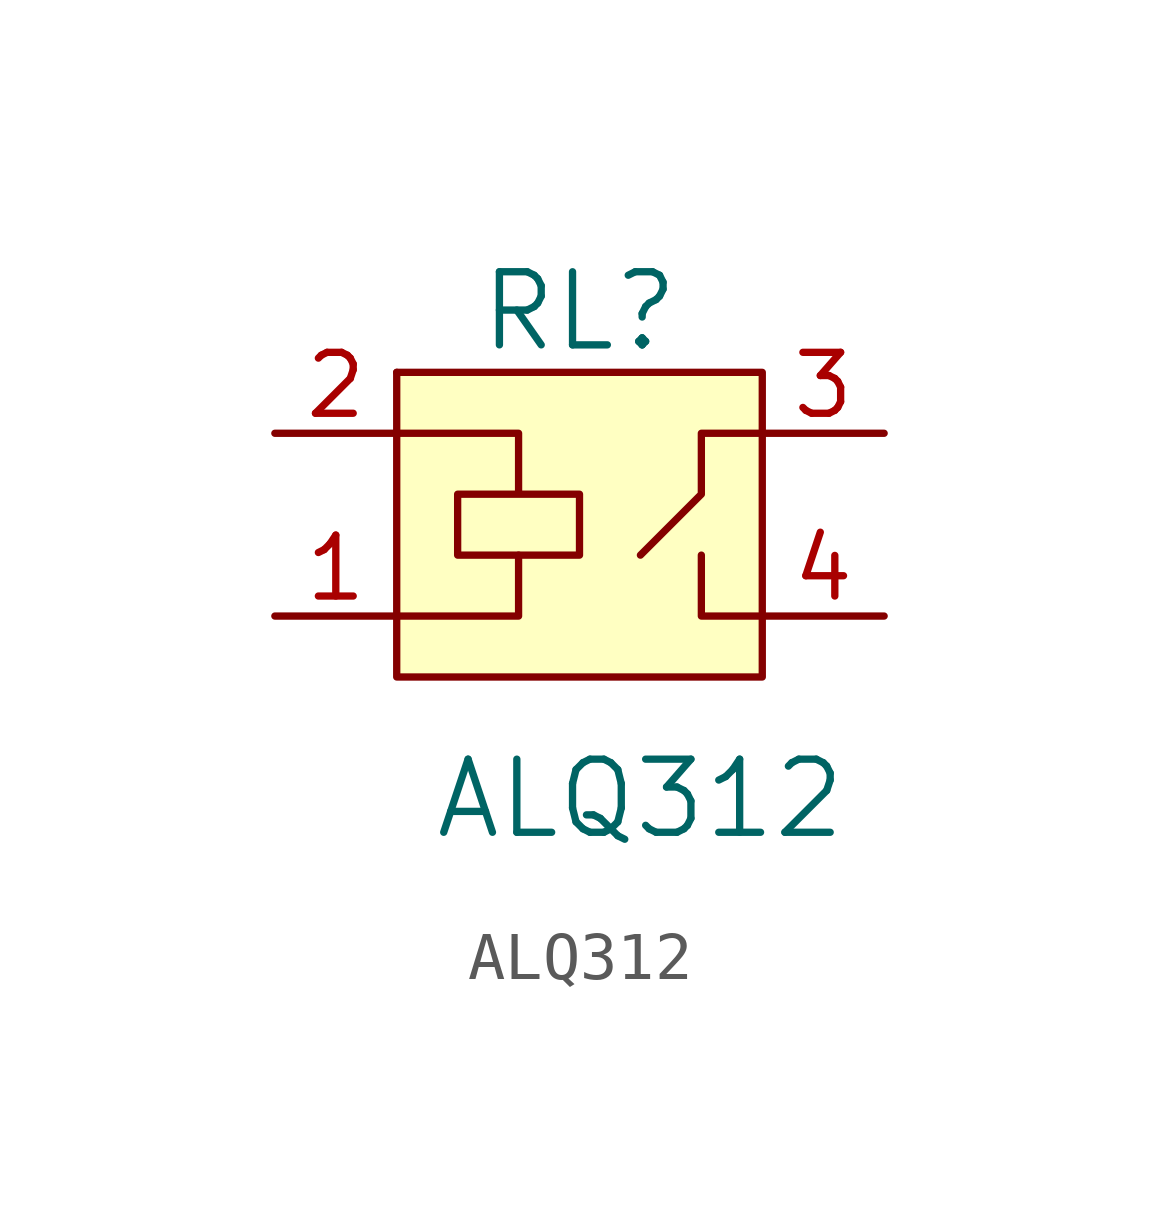
<source format=kicad_sym>
(kicad_symbol_lib
  (version 20220914)
  (generator kicad_symbol_editor)
  (symbol "ALQ312"
    (pin_names
      (offset 1.016))
    (property "Reference" "RL"
      (at 0 7.62 0)
      (effects (font (size 1.524 1.524))))
    (property "Value" "ALQ312"
      (at 1.27 -2.54 0)
      (effects (font (size 1.524 1.524))))
    (symbol "ALQ312_0_1"
      (rectangle (start -3.81 6.35) (end -3.81 6.35) (stroke (width 0) (type default)) (fill (type none)))
      (rectangle (start -3.81 6.35) (end 3.81 0) (stroke (width 0) (type default)) (fill (type background)))
      (polyline (pts (xy -1.27 2.54) (xy -1.27 1.27) (xy -3.81 1.27)) (stroke (width 0) (type default)) (fill (type none)))
      (polyline (pts (xy 2.54 2.54) (xy 2.54 1.27) (xy 3.81 1.27)) (stroke (width 0) (type default)) (fill (type none)))
      (polyline (pts (xy 3.81 5.08) (xy 2.54 5.08) (xy 2.54 3.81) (xy 1.27 2.54)) (stroke (width 0) (type default)) (fill (type none)))
      (polyline (pts (xy -3.81 5.08) (xy -1.27 5.08) (xy -1.27 3.81) (xy -2.54 3.81) (xy -2.54 2.54) (xy 0 2.54) (xy 0 3.81) (xy -1.27 3.81)) (stroke (width 0) (type default)) (fill (type none))))
    (symbol "ALQ312_1_1"
      (pin passive line (at -6.35 1.27 0) (length 2.54) (name "~" (effects (font (size 1.27 1.27)))) (number "1" (effects (font (size 1.27 1.27)))))
      (pin passive line (at -6.35 5.08 0) (length 2.54) (name "~" (effects (font (size 1.27 1.27)))) (number "2" (effects (font (size 1.27 1.27)))))
      (pin passive line (at 6.35 5.08 180) (length 2.54) (name "~" (effects (font (size 1.27 1.27)))) (number "3" (effects (font (size 1.27 1.27)))))
      (pin passive line (at 6.35 1.27 180) (length 2.54) (name "~" (effects (font (size 1.27 1.27)))) (number "4" (effects (font (size 1.27 1.27))))))))
</source>
